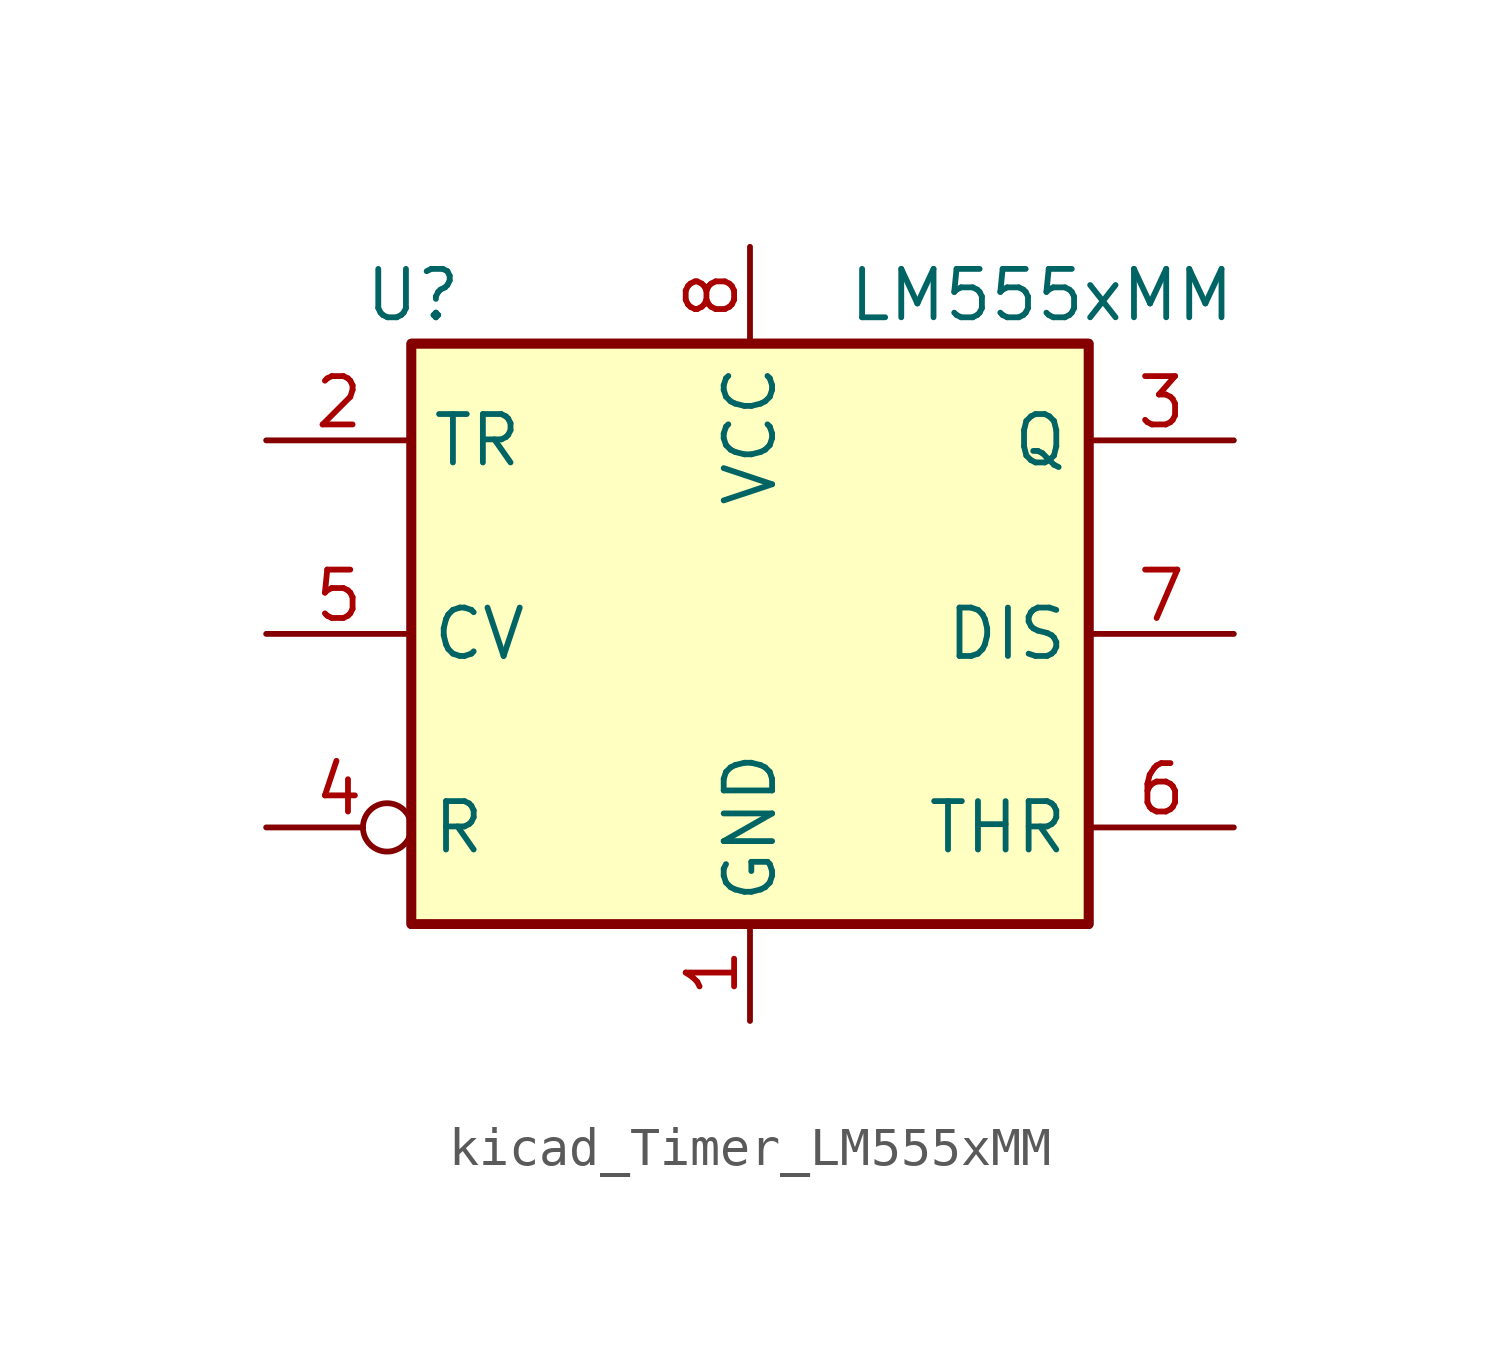
<source format=kicad_sym>
(kicad_symbol_lib
  (version 20220914)
  (generator kicad_symbol_editor)
  (symbol "kicad_Timer_LM555xMM"
    (property "Reference" "U"
      (at -10.16 8.89 0)
      (effects (font (size 1.27 1.27)) (justify left)))
    (property "Value" "LM555xMM"
      (at 2.54 8.89 0)
      (effects (font (size 1.27 1.27)) (justify left)))
    (symbol "kicad_Timer_LM555xMM_0_0"
      (pin power_in line (at 0 -10.16 90) (length 2.54) (name "GND" (effects (font (size 1.27 1.27)))) (number "1" (effects (font (size 1.27 1.27)))))
      (pin power_in line (at 0 10.16 270) (length 2.54) (name "VCC" (effects (font (size 1.27 1.27)))) (number "8" (effects (font (size 1.27 1.27))))))
    (symbol "kicad_Timer_LM555xMM_0_1"
      (rectangle (start -8.89 -7.62) (end 8.89 7.62) (stroke (width 0.254) (type default)) (fill (type background)))
      (rectangle (start -8.89 -7.62) (end 8.89 7.62) (stroke (width 0.254) (type default)) (fill (type background))))
    (symbol "kicad_Timer_LM555xMM_1_1"
      (pin input line (at -12.7 5.08 0) (length 3.81) (name "TR" (effects (font (size 1.27 1.27)))) (number "2" (effects (font (size 1.27 1.27)))))
      (pin output line (at 12.7 5.08 180) (length 3.81) (name "Q" (effects (font (size 1.27 1.27)))) (number "3" (effects (font (size 1.27 1.27)))))
      (pin input inverted (at -12.7 -5.08 0) (length 3.81) (name "R" (effects (font (size 1.27 1.27)))) (number "4" (effects (font (size 1.27 1.27)))))
      (pin input line (at -12.7 0 0) (length 3.81) (name "CV" (effects (font (size 1.27 1.27)))) (number "5" (effects (font (size 1.27 1.27)))))
      (pin input line (at 12.7 -5.08 180) (length 3.81) (name "THR" (effects (font (size 1.27 1.27)))) (number "6" (effects (font (size 1.27 1.27)))))
      (pin input line (at 12.7 0 180) (length 3.81) (name "DIS" (effects (font (size 1.27 1.27)))) (number "7" (effects (font (size 1.27 1.27))))))))
</source>
